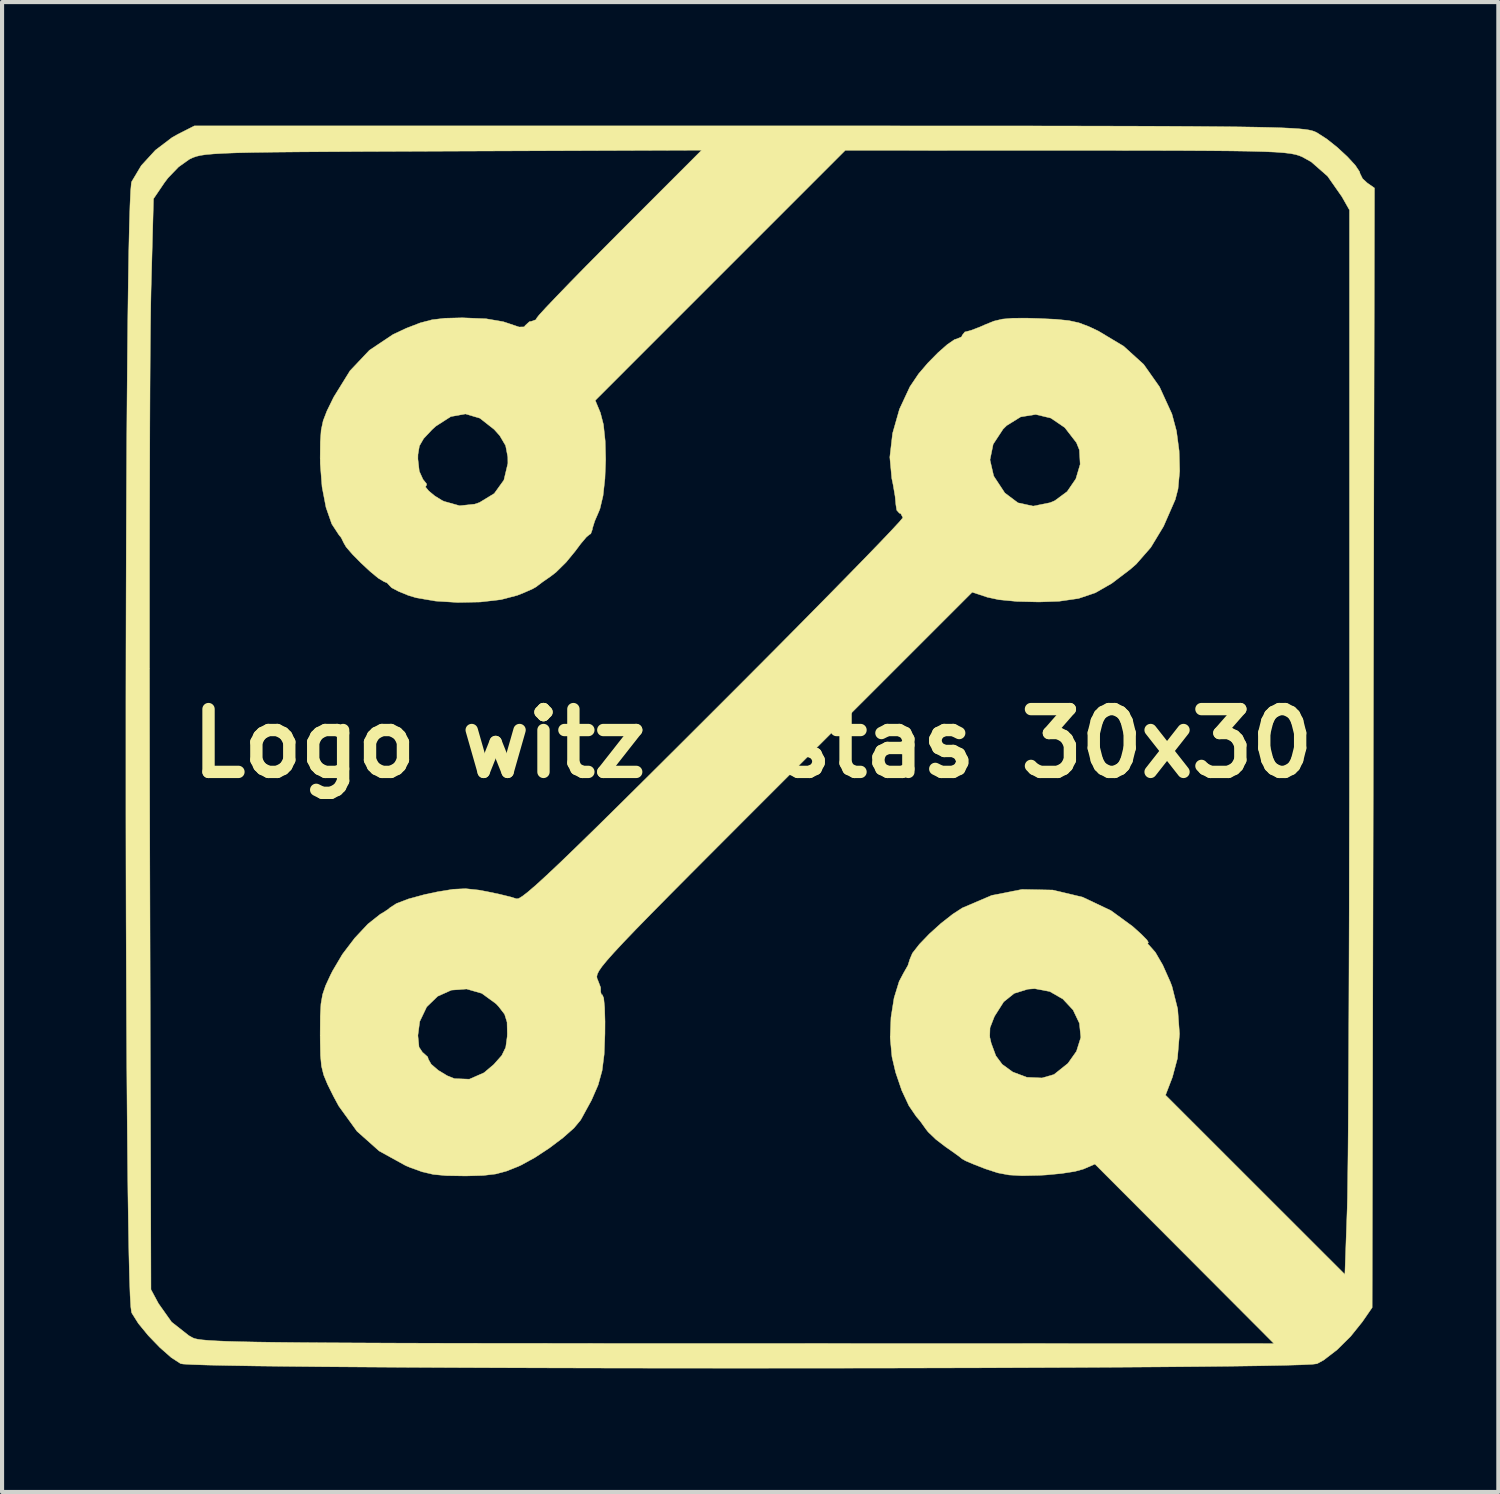
<source format=kicad_pcb>
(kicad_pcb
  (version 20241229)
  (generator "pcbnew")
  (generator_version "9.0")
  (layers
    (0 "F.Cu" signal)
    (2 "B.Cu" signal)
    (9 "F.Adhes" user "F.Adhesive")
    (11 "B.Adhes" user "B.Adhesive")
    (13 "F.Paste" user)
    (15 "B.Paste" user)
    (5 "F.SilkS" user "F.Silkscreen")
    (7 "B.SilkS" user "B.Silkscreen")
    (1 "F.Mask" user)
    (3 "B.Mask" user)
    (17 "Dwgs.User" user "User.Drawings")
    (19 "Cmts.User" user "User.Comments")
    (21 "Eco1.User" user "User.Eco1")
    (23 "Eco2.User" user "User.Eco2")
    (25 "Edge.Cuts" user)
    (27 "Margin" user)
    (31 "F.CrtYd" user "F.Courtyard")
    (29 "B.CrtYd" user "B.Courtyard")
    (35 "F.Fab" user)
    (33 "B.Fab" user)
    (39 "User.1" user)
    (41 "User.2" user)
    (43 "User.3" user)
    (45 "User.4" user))
  (footprint "Logo witz pistas 30x30"
    (layer "F.Cu")
    (at 15.218 14.991)
    (property "Reference" "Logo witz pistas 30x30" (at 0 0 0) (layer "F.SilkS") (effects (font (size 1.524 1.524) (thickness 0.3))))
    (attr through_hole)
    (fp_poly (pts (xy 6.933 -10.313) (xy 7.357 -10.293) (xy 7.666 -10.262) (xy 7.912 -10.208) (xy 8.148 -10.119) (xy 8.382 -10.009) (xy 8.997 -9.641) (xy 9.484 -9.199) (xy 9.868 -8.654) (xy 10.169 -7.996) (xy 10.28 -7.582) (xy 10.344 -7.1) (xy 10.357 -6.611) (xy 10.317 -6.175) (xy 10.25 -5.918) (xy 9.966 -5.269) (xy 9.657 -4.758) (xy 9.303 -4.353) (xy 9.155 -4.224) (xy 8.71 -3.886) (xy 8.311 -3.657) (xy 7.903 -3.519) (xy 7.432 -3.451) (xy 6.943 -3.434) (xy 6.407 -3.447) (xy 5.971 -3.489) (xy 5.688 -3.55) (xy 5.323 -3.671) (xy 0.725 0.926) (xy -0.126 1.777) (xy -0.864 2.516) (xy -1.498 3.152) (xy -2.035 3.693) (xy -2.483 4.147) (xy -2.85 4.523) (xy -3.143 4.829) (xy -3.37 5.073) (xy -3.539 5.263) (xy -3.658 5.408) (xy -3.733 5.516) (xy -3.773 5.595) (xy -3.786 5.654) (xy -3.78 5.7) (xy -3.762 5.741) (xy -3.694 5.919) (xy -3.692 6.026) (xy -3.675 6.093) (xy -3.654 6.096) (xy -3.619 6.177) (xy -3.597 6.402) (xy -3.587 6.748) (xy -3.589 7.048) (xy -3.608 7.545) (xy -3.658 7.939) (xy -3.755 8.289) (xy -3.914 8.654) (xy -4.154 9.093) (xy -4.182 9.141) (xy -4.341 9.332) (xy -4.608 9.568) (xy -4.94 9.818) (xy -5.293 10.05) (xy -5.625 10.232) (xy -5.693 10.263) (xy -5.983 10.378) (xy -6.245 10.447) (xy -6.541 10.482) (xy -6.932 10.493) (xy -7.027 10.493) (xy -7.442 10.486) (xy -7.752 10.457) (xy -8.023 10.394) (xy -8.319 10.287) (xy -8.426 10.242) (xy -9.068 9.888) (xy -9.605 9.41) (xy -10.049 8.796) (xy -10.178 8.557) (xy -10.321 8.269) (xy -10.414 8.043) (xy -10.467 7.828) (xy -10.491 7.572) (xy -10.498 7.222) (xy -10.499 7.085) (xy -8.128 7.085) (xy -8.1 7.367) (xy -8.012 7.5) (xy -8.001 7.505) (xy -7.889 7.606) (xy -7.874 7.662) (xy -7.805 7.783) (xy -7.634 7.93) (xy -7.414 8.063) (xy -7.24 8.132) (xy -6.881 8.146) (xy -6.526 7.991) (xy -6.287 7.79) (xy -6.092 7.57) (xy -5.996 7.372) (xy -5.961 7.114) (xy -5.958 7.041) (xy -5.964 6.763) (xy -6.024 6.57) (xy -6.169 6.382) (xy -6.232 6.315) (xy -6.577 6.063) (xy -6.948 5.957) (xy -7.315 5.985) (xy -7.648 6.134) (xy -7.914 6.392) (xy -8.083 6.746) (xy -8.128 7.085) (xy -10.499 7.085) (xy -10.499 7.023) (xy -10.496 6.612) (xy -10.48 6.318) (xy -10.44 6.09) (xy -10.367 5.875) (xy -10.25 5.622) (xy -10.198 5.519) (xy -9.959 5.114) (xy -9.659 4.72) (xy -9.34 4.38) (xy -9.041 4.143) (xy -8.993 4.116) (xy -8.851 4.025) (xy -8.805 3.985) (xy -8.648 3.883) (xy -8.356 3.772) (xy -7.959 3.664) (xy -7.65 3.599) (xy -7.272 3.537) (xy -6.97 3.523) (xy -6.657 3.556) (xy -6.456 3.593) (xy -6.142 3.659) (xy -5.88 3.723) (xy -5.731 3.769) (xy -5.682 3.761) (xy -5.591 3.706) (xy -5.453 3.599) (xy -5.259 3.432) (xy -5.002 3.197) (xy -4.676 2.89) (xy -4.273 2.501) (xy -3.786 2.026) (xy -3.208 1.456) (xy -2.532 0.786) (xy -1.75 0.008) (xy -0.969 -0.772) (xy -0.236 -1.505) (xy 0.46 -2.204) (xy 1.111 -2.861) (xy 1.708 -3.466) (xy 2.242 -4.01) (xy 2.703 -4.482) (xy 3.083 -4.875) (xy 3.371 -5.178) (xy 3.56 -5.382) (xy 3.639 -5.477) (xy 3.641 -5.482) (xy 3.587 -5.581) (xy 3.556 -5.588) (xy 3.492 -5.66) (xy 3.471 -5.793) (xy 3.452 -5.996) (xy 3.404 -6.278) (xy 3.372 -6.431) (xy 3.33 -6.882) (xy 5.754 -6.882) (xy 5.842 -6.5) (xy 5.854 -6.475) (xy 6.115 -6.079) (xy 6.433 -5.84) (xy 6.802 -5.76) (xy 7.213 -5.843) (xy 7.328 -5.892) (xy 7.627 -6.113) (xy 7.838 -6.422) (xy 7.943 -6.775) (xy 7.924 -7.123) (xy 7.853 -7.299) (xy 7.569 -7.666) (xy 7.231 -7.896) (xy 6.865 -7.984) (xy 6.498 -7.925) (xy 6.158 -7.714) (xy 6.072 -7.628) (xy 5.832 -7.263) (xy 5.754 -6.882) (xy 3.33 -6.882) (xy 3.324 -6.948) (xy 3.391 -7.526) (xy 3.558 -8.113) (xy 3.812 -8.658) (xy 4.022 -8.97) (xy 4.247 -9.233) (xy 4.491 -9.481) (xy 4.718 -9.681) (xy 4.893 -9.801) (xy 4.957 -9.821) (xy 5.067 -9.868) (xy 5.08 -9.906) (xy 5.145 -9.987) (xy 5.169 -9.991) (xy 5.293 -10.024) (xy 5.51 -10.107) (xy 5.646 -10.167) (xy 5.85 -10.249) (xy 6.056 -10.298) (xy 6.312 -10.32) (xy 6.663 -10.321) (xy 6.933 -10.313)) (stroke (width 0.01) (type solid)) (fill yes) (layer "F.SilkS"))
    (fp_poly (pts (xy 1.679 -14.986) (xy 3.284 -14.986) (xy 4.736 -14.985) (xy 6.042 -14.985) (xy 7.211 -14.984) (xy 8.249 -14.982) (xy 9.167 -14.98) (xy 9.97 -14.977) (xy 10.667 -14.973) (xy 11.267 -14.968) (xy 11.777 -14.963) (xy 12.204 -14.956) (xy 12.558 -14.948) (xy 12.845 -14.939) (xy 13.074 -14.928) (xy 13.253 -14.916) (xy 13.39 -14.902) (xy 13.492 -14.887) (xy 13.567 -14.87) (xy 13.625 -14.851) (xy 13.671 -14.83) (xy 13.695 -14.817) (xy 13.928 -14.667) (xy 14.184 -14.463) (xy 14.426 -14.239) (xy 14.618 -14.031) (xy 14.723 -13.873) (xy 14.732 -13.834) (xy 14.795 -13.707) (xy 14.908 -13.602) (xy 15.084 -13.479) (xy 15.028 13.688) (xy 14.79 14.033) (xy 14.504 14.389) (xy 14.175 14.714) (xy 13.852 14.962) (xy 13.691 15.05) (xy 13.576 15.064) (xy 13.303 15.077) (xy 12.883 15.089) (xy 12.326 15.1) (xy 11.644 15.11) (xy 10.849 15.119) (xy 9.95 15.127) (xy 8.959 15.134) (xy 7.887 15.14) (xy 6.744 15.145) (xy 5.543 15.15) (xy 4.294 15.153) (xy 3.008 15.156) (xy 1.696 15.157) (xy 0.369 15.158) (xy -0.962 15.158) (xy -2.285 15.157) (xy -3.59 15.155) (xy -4.867 15.152) (xy -6.103 15.148) (xy -7.287 15.143) (xy -8.41 15.137) (xy -9.459 15.13) (xy -10.423 15.123) (xy -11.292 15.114) (xy -12.055 15.105) (xy -12.701 15.094) (xy -13.218 15.083) (xy -13.595 15.071) (xy -13.822 15.058) (xy -13.885 15.048) (xy -14.113 14.9) (xy -14.389 14.657) (xy -14.67 14.366) (xy -14.91 14.074) (xy -15.065 13.828) (xy -15.077 13.801) (xy -15.094 13.673) (xy -15.111 13.388) (xy -15.126 12.956) (xy -15.14 12.387) (xy -15.152 11.694) (xy -15.164 10.888) (xy -15.174 9.979) (xy -15.183 8.978) (xy -15.191 7.898) (xy -15.198 6.748) (xy -15.203 5.541) (xy -15.208 4.286) (xy -15.211 2.996) (xy -15.213 1.682) (xy -15.213 0.354) (xy -15.213 -0.976) (xy -15.211 -2.297) (xy -15.209 -3.134) (xy -14.64 -3.134) (xy -14.64 -1.82) (xy -14.639 -0.464) (xy -14.637 0.919) (xy -14.634 2.244) (xy -14.605 13.25) (xy -14.423 13.589) (xy -14.105 14.038) (xy -13.686 14.368) (xy -13.589 14.422) (xy -13.543 14.44) (xy -13.471 14.456) (xy -13.364 14.471) (xy -13.216 14.484) (xy -13.018 14.496) (xy -12.763 14.507) (xy -12.441 14.516) (xy -12.047 14.524) (xy -11.571 14.531) (xy -11.005 14.537) (xy -10.343 14.542) (xy -9.575 14.546) (xy -8.695 14.55) (xy -7.694 14.553) (xy -6.564 14.555) (xy -5.297 14.556) (xy -3.886 14.558) (xy -2.322 14.559) (xy -0.598 14.559) (xy -0.344 14.559) (xy 12.647 14.563) (xy 10.474 12.384) (xy 8.301 10.206) (xy 8.024 10.326) (xy 7.815 10.384) (xy 7.493 10.434) (xy 7.114 10.47) (xy 6.952 10.479) (xy 6.531 10.488) (xy 6.216 10.47) (xy 5.944 10.419) (xy 5.655 10.325) (xy 5.64 10.32) (xy 5.368 10.214) (xy 5.165 10.128) (xy 5.08 10.08) (xy 4.991 10.009) (xy 4.809 9.879) (xy 4.682 9.791) (xy 4.445 9.61) (xy 4.255 9.428) (xy 4.201 9.359) (xy 4.062 9.165) (xy 3.964 9.049) (xy 3.787 8.79) (xy 3.613 8.417) (xy 3.465 7.983) (xy 3.376 7.604) (xy 3.333 7.143) (xy 3.334 7.118) (xy 5.748 7.118) (xy 5.784 7.273) (xy 5.897 7.578) (xy 6.051 7.786) (xy 6.302 7.968) (xy 6.308 7.972) (xy 6.648 8.1) (xy 7.017 8.116) (xy 7.308 8.032) (xy 7.645 7.763) (xy 7.853 7.469) (xy 7.959 7.131) (xy 7.924 6.788) (xy 7.771 6.467) (xy 7.523 6.201) (xy 7.204 6.018) (xy 6.838 5.949) (xy 6.672 5.962) (xy 6.342 6.064) (xy 6.087 6.269) (xy 5.871 6.609) (xy 5.854 6.644) (xy 5.755 6.899) (xy 5.748 7.118) (xy 3.334 7.118) (xy 3.352 6.648) (xy 3.427 6.174) (xy 3.55 5.774) (xy 3.655 5.575) (xy 3.764 5.383) (xy 3.81 5.235) (xy 3.81 5.235) (xy 3.873 5.087) (xy 4.041 4.872) (xy 4.282 4.621) (xy 4.563 4.367) (xy 4.851 4.141) (xy 5.082 3.991) (xy 5.796 3.686) (xy 6.533 3.541) (xy 7.275 3.556) (xy 8.001 3.728) (xy 8.69 4.055) (xy 9.214 4.437) (xy 9.425 4.627) (xy 9.562 4.766) (xy 9.599 4.827) (xy 9.595 4.827) (xy 9.582 4.864) (xy 9.612 4.891) (xy 9.768 5.068) (xy 9.947 5.376) (xy 10.128 5.782) (xy 10.171 5.895) (xy 10.309 6.442) (xy 10.353 7.047) (xy 10.303 7.642) (xy 10.181 8.098) (xy 10.014 8.533) (xy 12.19 10.708) (xy 14.366 12.883) (xy 14.422 11.289) (xy 14.429 11.007) (xy 14.435 10.568) (xy 14.442 9.983) (xy 14.448 9.263) (xy 14.453 8.422) (xy 14.458 7.469) (xy 14.463 6.418) (xy 14.467 5.279) (xy 14.471 4.065) (xy 14.473 2.788) (xy 14.476 1.458) (xy 14.477 0.088) (xy 14.478 -1.311) (xy 14.478 -1.625) (xy 14.478 -12.944) (xy 14.295 -13.267) (xy 13.946 -13.766) (xy 13.55 -14.113) (xy 13.335 -14.233) (xy 13.258 -14.265) (xy 13.168 -14.292) (xy 13.05 -14.315) (xy 12.893 -14.334) (xy 12.682 -14.35) (xy 12.405 -14.362) (xy 12.049 -14.372) (xy 11.601 -14.379) (xy 11.048 -14.384) (xy 10.376 -14.388) (xy 9.573 -14.39) (xy 8.626 -14.391) (xy 7.62 -14.391) (xy 2.243 -14.393) (xy -0.791 -11.359) (xy -3.824 -8.325) (xy -3.699 -8.025) (xy -3.625 -7.739) (xy -3.583 -7.342) (xy -3.571 -6.887) (xy -3.589 -6.426) (xy -3.635 -6.011) (xy -3.71 -5.695) (xy -3.739 -5.623) (xy -3.837 -5.396) (xy -3.891 -5.223) (xy -3.895 -5.192) (xy -3.933 -5.087) (xy -3.958 -5.076) (xy -4.038 -5.01) (xy -4.178 -4.844) (xy -4.311 -4.666) (xy -4.531 -4.398) (xy -4.775 -4.157) (xy -4.904 -4.057) (xy -5.1 -3.921) (xy -5.229 -3.824) (xy -5.249 -3.806) (xy -5.346 -3.751) (xy -5.55 -3.661) (xy -5.715 -3.595) (xy -6.112 -3.491) (xy -6.614 -3.433) (xy -7.163 -3.422) (xy -7.701 -3.456) (xy -8.168 -3.536) (xy -8.361 -3.594) (xy -8.603 -3.694) (xy -8.765 -3.78) (xy -8.805 -3.821) (xy -8.874 -3.895) (xy -8.956 -3.931) (xy -9.09 -4.012) (xy -9.287 -4.175) (xy -9.509 -4.381) (xy -9.716 -4.591) (xy -9.869 -4.768) (xy -9.927 -4.868) (xy -9.99 -4.997) (xy -10.042 -5.059) (xy -10.217 -5.326) (xy -10.357 -5.727) (xy -10.453 -6.225) (xy -10.497 -6.787) (xy -10.498 -6.906) (xy -8.128 -6.906) (xy -8.094 -6.607) (xy -8.004 -6.408) (xy -7.995 -6.398) (xy -7.914 -6.296) (xy -7.921 -6.265) (xy -7.944 -6.225) (xy -7.863 -6.127) (xy -7.718 -6.007) (xy -7.545 -5.9) (xy -7.493 -5.875) (xy -7.114 -5.769) (xy -6.748 -5.808) (xy -6.632 -5.848) (xy -6.275 -6.066) (xy -6.041 -6.391) (xy -5.944 -6.798) (xy -5.946 -6.952) (xy -5.999 -7.228) (xy -6.141 -7.469) (xy -6.276 -7.62) (xy -6.623 -7.893) (xy -6.974 -7.997) (xy -7.33 -7.932) (xy -7.694 -7.698) (xy -7.785 -7.615) (xy -7.988 -7.399) (xy -8.091 -7.22) (xy -8.126 -7.011) (xy -8.128 -6.906) (xy -10.498 -6.906) (xy -10.499 -6.93) (xy -10.495 -7.322) (xy -10.475 -7.604) (xy -10.426 -7.833) (xy -10.335 -8.069) (xy -10.188 -8.369) (xy -10.169 -8.407) (xy -9.775 -9.044) (xy -9.304 -9.542) (xy -8.731 -9.925) (xy -8.409 -10.076) (xy -8.072 -10.206) (xy -7.784 -10.282) (xy -7.473 -10.319) (xy -7.07 -10.329) (xy -7.035 -10.329) (xy -6.472 -10.306) (xy -6.054 -10.234) (xy -5.912 -10.187) (xy -5.672 -10.106) (xy -5.549 -10.109) (xy -5.523 -10.144) (xy -5.421 -10.236) (xy -5.369 -10.245) (xy -5.261 -10.285) (xy -5.249 -10.316) (xy -5.192 -10.39) (xy -5.028 -10.57) (xy -4.771 -10.84) (xy -4.437 -11.186) (xy -4.038 -11.594) (xy -3.588 -12.048) (xy -3.246 -12.392) (xy -1.242 -14.397) (xy -7.289 -14.374) (xy -8.446 -14.369) (xy -9.447 -14.365) (xy -10.302 -14.36) (xy -11.025 -14.355) (xy -11.628 -14.349) (xy -12.122 -14.342) (xy -12.521 -14.333) (xy -12.836 -14.321) (xy -13.079 -14.307) (xy -13.263 -14.291) (xy -13.4 -14.271) (xy -13.502 -14.247) (xy -13.582 -14.219) (xy -13.651 -14.187) (xy -13.674 -14.176) (xy -13.936 -13.989) (xy -14.192 -13.723) (xy -14.278 -13.609) (xy -14.543 -13.218) (xy -14.603 -10.991) (xy -14.61 -10.624) (xy -14.617 -10.101) (xy -14.623 -9.434) (xy -14.628 -8.637) (xy -14.632 -7.721) (xy -14.635 -6.7) (xy -14.638 -5.587) (xy -14.64 -4.394) (xy -14.64 -3.134) (xy -15.209 -3.134) (xy -15.208 -3.599) (xy -15.204 -4.869) (xy -15.199 -6.096) (xy -15.193 -7.271) (xy -15.185 -8.381) (xy -15.176 -9.415) (xy -15.166 -10.362) (xy -15.155 -11.212) (xy -15.143 -11.952) (xy -15.129 -12.572) (xy -15.114 -13.061) (xy -15.098 -13.407) (xy -15.081 -13.599) (xy -15.074 -13.631) (xy -14.841 -14.022) (xy -14.496 -14.398) (xy -14.09 -14.706) (xy -13.952 -14.783) (xy -13.552 -14.986) (xy -0.087 -14.986) (xy 1.679 -14.986)) (stroke (width 0.01) (type solid)) (fill yes) (layer "F.SilkS")))
  (gr_rect
    (start -3 -3)
    (end 33.308 33.154)
    (stroke (width 0.1) (type default))
    (fill no)
    (layer "Edge.Cuts")))
</source>
